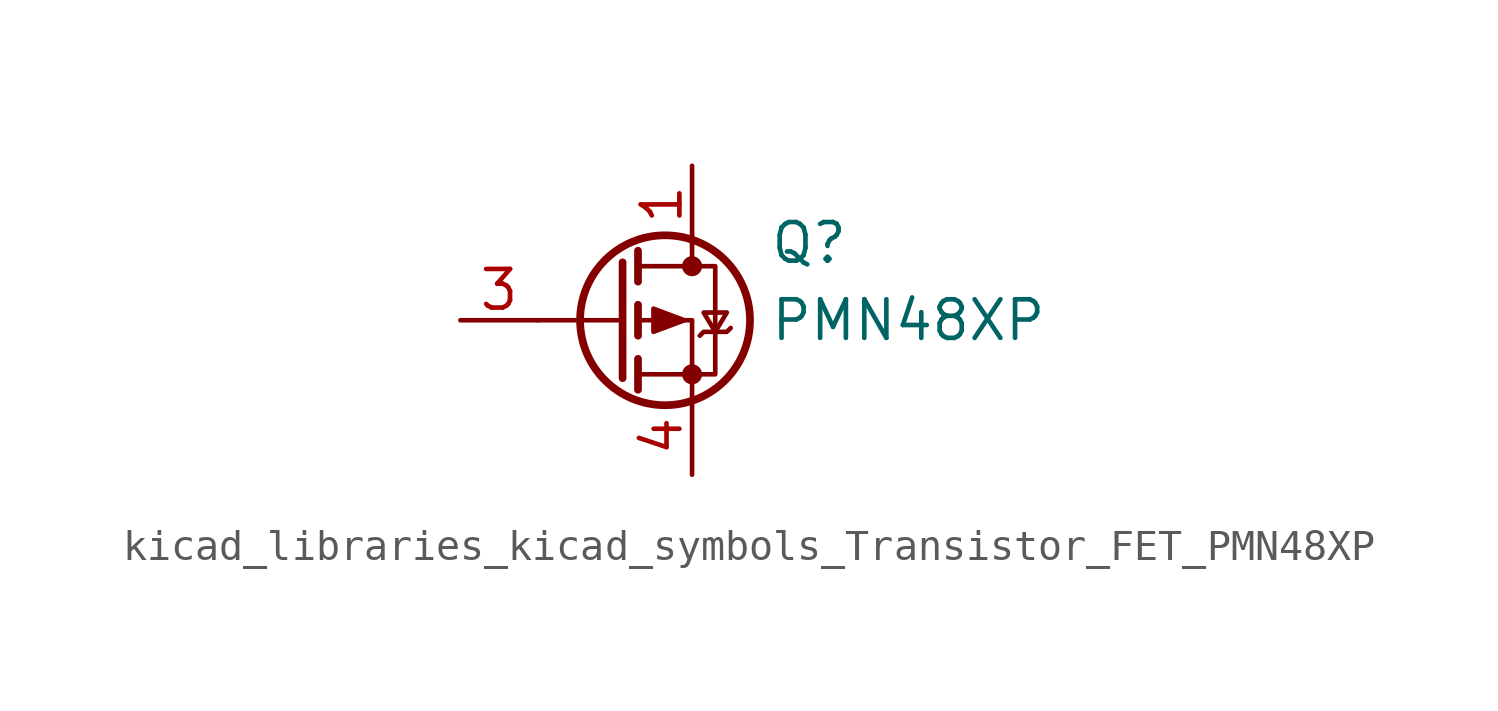
<source format=kicad_sym>
(kicad_symbol_lib
  (version 20220914)
  (generator kicad_symbol_editor)
  (symbol "kicad_libraries_kicad_symbols_Transistor_FET_PMN48XP"
    (pin_names hide)
    (property "Reference" "Q"
      (at 5.08 2.54 0)
      (effects (font (size 1.27 1.27)) (justify left)))
    (property "Value" "PMN48XP"
      (at 5.08 0 0)
      (effects (font (size 1.27 1.27)) (justify left)))
    (symbol "kicad_libraries_kicad_symbols_Transistor_FET_PMN48XP_0_1"
      (polyline (pts (xy 0.254 0) (xy -2.54 0)) (stroke (width 0) (type default)) (fill (type none)))
      (polyline (pts (xy 0.254 1.905) (xy 0.254 -1.905)) (stroke (width 0.254) (type default)) (fill (type none)))
      (polyline (pts (xy 0.762 -1.27) (xy 0.762 -2.286)) (stroke (width 0.254) (type default)) (fill (type none)))
      (polyline (pts (xy 0.762 0.508) (xy 0.762 -0.508)) (stroke (width 0.254) (type default)) (fill (type none)))
      (polyline (pts (xy 0.762 2.286) (xy 0.762 1.27)) (stroke (width 0.254) (type default)) (fill (type none)))
      (polyline (pts (xy 2.54 2.54) (xy 2.54 1.778)) (stroke (width 0) (type default)) (fill (type none)))
      (polyline (pts (xy 2.54 -2.54) (xy 2.54 0) (xy 0.762 0)) (stroke (width 0) (type default)) (fill (type none)))
      (polyline (pts (xy 0.762 1.778) (xy 3.302 1.778) (xy 3.302 -1.778) (xy 0.762 -1.778)) (stroke (width 0) (type default)) (fill (type none)))
      (polyline (pts (xy 2.286 0) (xy 1.27 0.381) (xy 1.27 -0.381) (xy 2.286 0)) (stroke (width 0) (type default)) (fill (type outline)))
      (polyline (pts (xy 2.794 -0.508) (xy 2.921 -0.381) (xy 3.683 -0.381) (xy 3.81 -0.254)) (stroke (width 0) (type default)) (fill (type none)))
      (polyline (pts (xy 3.302 -0.381) (xy 2.921 0.254) (xy 3.683 0.254) (xy 3.302 -0.381)) (stroke (width 0) (type default)) (fill (type none)))
      (circle (center 1.651 0) (radius 2.794) (stroke (width 0.254) (type default)) (fill (type none)))
      (circle (center 2.54 -1.778) (radius 0.254) (stroke (width 0) (type default)) (fill (type outline)))
      (circle (center 2.54 1.778) (radius 0.254) (stroke (width 0) (type default)) (fill (type outline))))
    (symbol "kicad_libraries_kicad_symbols_Transistor_FET_PMN48XP_1_1"
      (pin passive line (at 2.54 5.08 270) (length 2.54) (name "D" (effects (font (size 1.27 1.27)))) (number "1" (effects (font (size 1.27 1.27)))))
      (pin passive line (at 2.54 5.08 270) (length 2.54) hide (name "D" (effects (font (size 1.27 1.27)))) (number "2" (effects (font (size 1.27 1.27)))))
      (pin passive line (at -5.08 0 0) (length 2.54) (name "G" (effects (font (size 1.27 1.27)))) (number "3" (effects (font (size 1.27 1.27)))))
      (pin passive line (at 2.54 -5.08 90) (length 2.54) (name "S" (effects (font (size 1.27 1.27)))) (number "4" (effects (font (size 1.27 1.27)))))
      (pin passive line (at 2.54 5.08 270) (length 2.54) hide (name "D" (effects (font (size 1.27 1.27)))) (number "5" (effects (font (size 1.27 1.27)))))
      (pin passive line (at 2.54 5.08 270) (length 2.54) hide (name "D" (effects (font (size 1.27 1.27)))) (number "6" (effects (font (size 1.27 1.27))))))))
</source>
